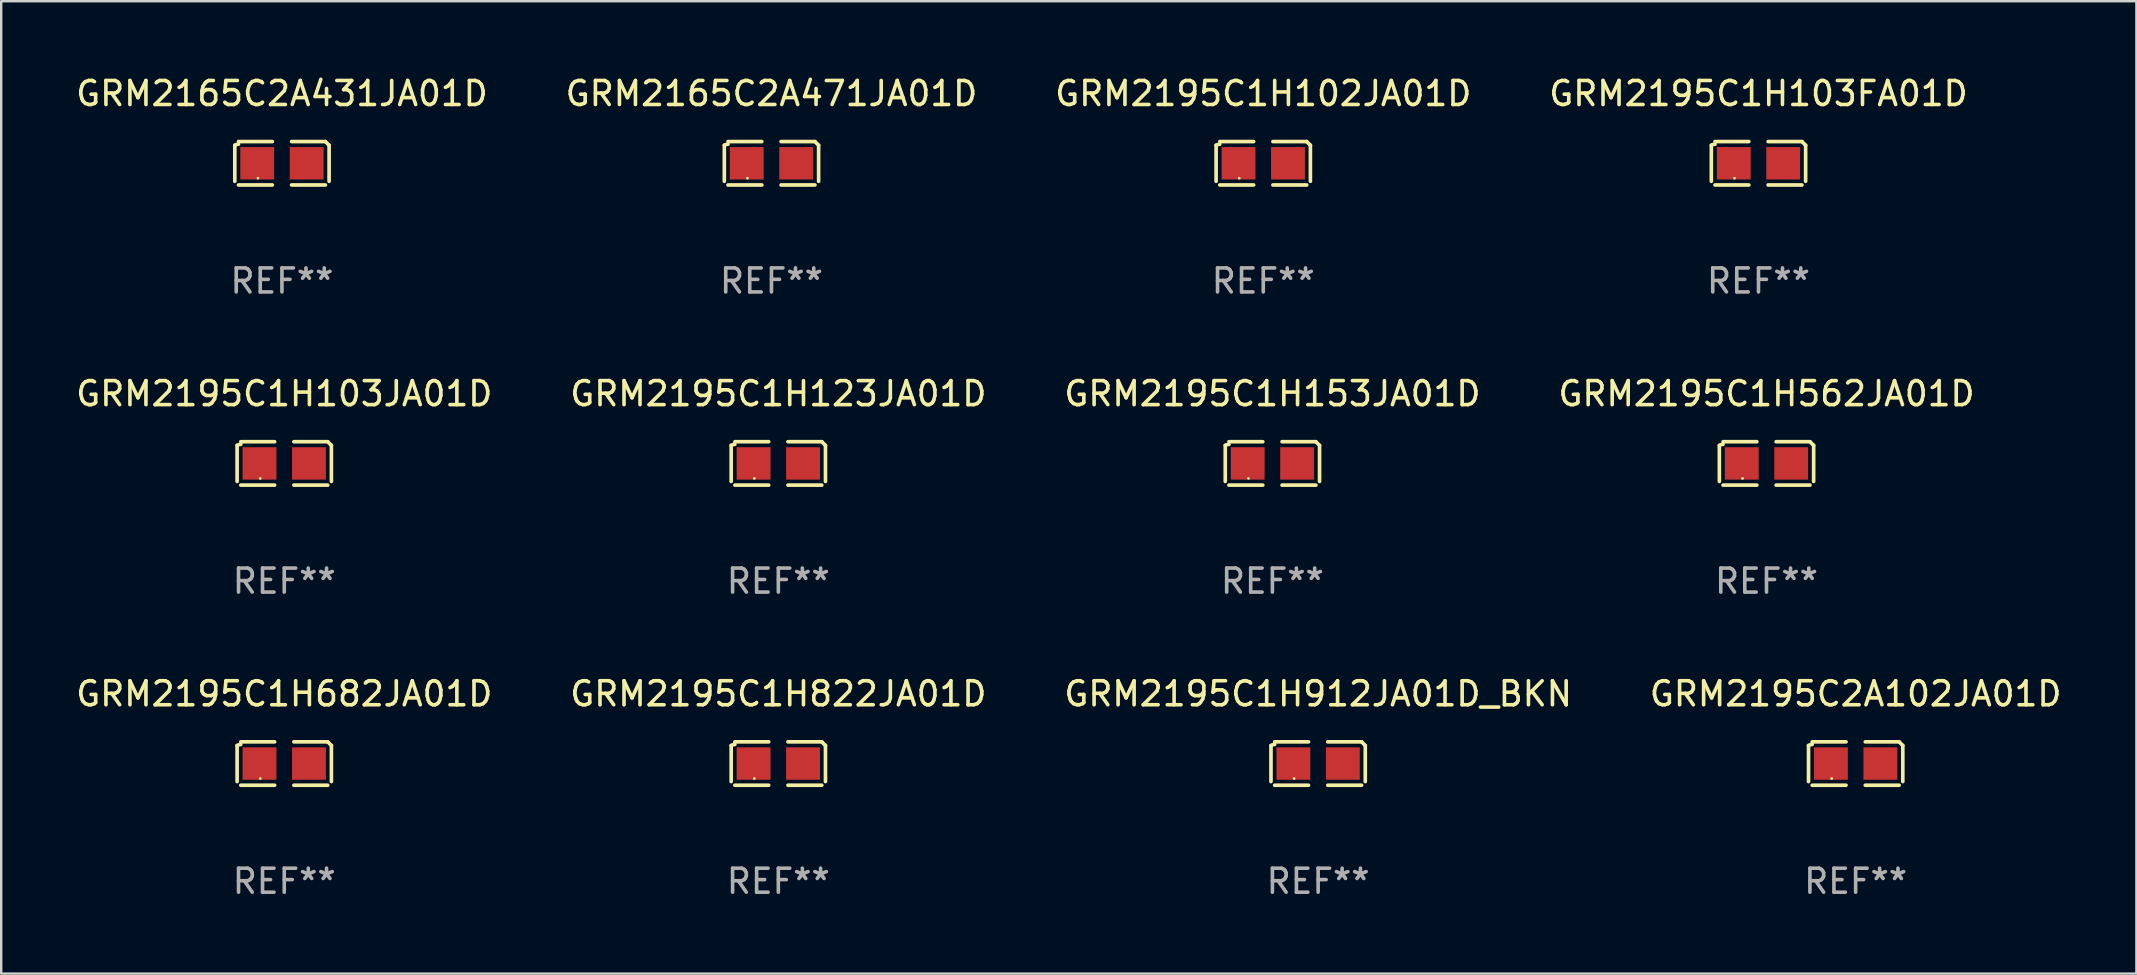
<source format=kicad_pcb>
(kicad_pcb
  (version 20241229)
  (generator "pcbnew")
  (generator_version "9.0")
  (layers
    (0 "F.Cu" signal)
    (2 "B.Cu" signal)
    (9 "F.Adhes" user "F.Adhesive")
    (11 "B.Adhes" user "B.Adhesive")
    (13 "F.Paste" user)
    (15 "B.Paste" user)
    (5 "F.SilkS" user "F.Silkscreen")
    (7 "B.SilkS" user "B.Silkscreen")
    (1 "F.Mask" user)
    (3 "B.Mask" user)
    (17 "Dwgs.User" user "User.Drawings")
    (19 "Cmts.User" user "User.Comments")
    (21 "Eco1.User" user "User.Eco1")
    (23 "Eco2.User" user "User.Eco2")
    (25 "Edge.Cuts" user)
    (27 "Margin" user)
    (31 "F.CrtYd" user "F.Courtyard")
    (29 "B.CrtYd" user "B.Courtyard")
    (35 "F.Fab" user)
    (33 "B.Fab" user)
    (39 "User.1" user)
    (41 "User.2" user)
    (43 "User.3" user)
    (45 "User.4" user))
  (footprint "GRM2195C1H103FA01D"
    (layer "F.Cu")
    (at 70.208 3.752)
    (property "Reference" "GRM2195C1H103FA01D" (at 0 -2.904 0) (layer "F.SilkS") (effects (font (size 1 1) (thickness 0.15))))
    (attr through_hole)
    (fp_line (start -1.964 0.751) (end -1.964 -0.751) (stroke (width 0.152) (type solid)) (layer "F.SilkS"))
    (fp_line (start -1.811 -0.904) (end -0.401 -0.904) (stroke (width 0.152) (type solid)) (layer "F.SilkS"))
    (fp_line (start -0.401 0.904) (end -1.811 0.904) (stroke (width 0.152) (type solid)) (layer "F.SilkS"))
    (fp_line (start 0.401 0.904) (end 1.811 0.904) (stroke (width 0.152) (type solid)) (layer "F.SilkS"))
    (fp_line (start 1.811 -0.904) (end 0.401 -0.904) (stroke (width 0.152) (type solid)) (layer "F.SilkS"))
    (fp_line (start 1.964 0.751) (end 1.964 -0.751) (stroke (width 0.152) (type solid)) (layer "F.SilkS"))
    (fp_arc (start -1.963602 -0.751207) (mid -1.890354 -0.783131) (end -1.811201 -0.794044) (stroke (width 0.1524) (type solid)) (layer "F.SilkS"))
    (fp_arc (start 1.811202 -0.903607) (mid 1.887413 -0.827418) (end 1.963602 -0.751207) (stroke (width 0.1524) (type solid)) (layer "F.SilkS"))
    (fp_circle (center -1 0.625) (end -0.97 0.625) (stroke (width 0.06) (type solid)) (fill no) (layer "F.SilkS"))
    (fp_text user "REF**" (at 0 4.904 0) (layer "F.Fab") (effects (font (size 1 1) (thickness 0.15))))
    (pad "1" smd rect (at -1.03 0) (size 1.41 1.35) (layers "F.Cu" "F.Mask" "F.Paste"))
    (pad "2" smd rect (at 1.03 0) (size 1.41 1.35) (layers "F.Cu" "F.Mask" "F.Paste")))
  (footprint "GRM2195C1H562JA01D"
    (layer "F.Cu")
    (at 70.542 16.256)
    (property "Reference" "GRM2195C1H562JA01D" (at 0 -2.904 0) (layer "F.SilkS") (effects (font (size 1 1) (thickness 0.15))))
    (attr through_hole)
    (fp_line (start -1.964 0.751) (end -1.964 -0.751) (stroke (width 0.152) (type solid)) (layer "F.SilkS"))
    (fp_line (start -1.811 -0.904) (end -0.401 -0.904) (stroke (width 0.152) (type solid)) (layer "F.SilkS"))
    (fp_line (start -0.401 0.904) (end -1.811 0.904) (stroke (width 0.152) (type solid)) (layer "F.SilkS"))
    (fp_line (start 0.401 0.904) (end 1.811 0.904) (stroke (width 0.152) (type solid)) (layer "F.SilkS"))
    (fp_line (start 1.811 -0.904) (end 0.401 -0.904) (stroke (width 0.152) (type solid)) (layer "F.SilkS"))
    (fp_line (start 1.964 0.751) (end 1.964 -0.751) (stroke (width 0.152) (type solid)) (layer "F.SilkS"))
    (fp_arc (start -1.963602 -0.751207) (mid -1.890354 -0.783131) (end -1.811201 -0.794044) (stroke (width 0.1524) (type solid)) (layer "F.SilkS"))
    (fp_arc (start 1.811202 -0.903607) (mid 1.887413 -0.827418) (end 1.963602 -0.751207) (stroke (width 0.1524) (type solid)) (layer "F.SilkS"))
    (fp_circle (center -1 0.625) (end -0.97 0.625) (stroke (width 0.06) (type solid)) (fill no) (layer "F.SilkS"))
    (fp_text user "REF**" (at 0 4.904 0) (layer "F.Fab") (effects (font (size 1 1) (thickness 0.15))))
    (pad "1" smd rect (at -1.03 0) (size 1.41 1.35) (layers "F.Cu" "F.Mask" "F.Paste"))
    (pad "2" smd rect (at 1.03 0) (size 1.41 1.35) (layers "F.Cu" "F.Mask" "F.Paste")))
  (footprint "GRM2195C1H822JA01D"
    (layer "F.Cu")
    (at 29.375 28.759)
    (property "Reference" "GRM2195C1H822JA01D" (at 0 -2.904 0) (layer "F.SilkS") (effects (font (size 1 1) (thickness 0.15))))
    (attr through_hole)
    (fp_line (start -1.964 0.751) (end -1.964 -0.751) (stroke (width 0.152) (type solid)) (layer "F.SilkS"))
    (fp_line (start -1.811 -0.904) (end -0.401 -0.904) (stroke (width 0.152) (type solid)) (layer "F.SilkS"))
    (fp_line (start -0.401 0.904) (end -1.811 0.904) (stroke (width 0.152) (type solid)) (layer "F.SilkS"))
    (fp_line (start 0.401 0.904) (end 1.811 0.904) (stroke (width 0.152) (type solid)) (layer "F.SilkS"))
    (fp_line (start 1.811 -0.904) (end 0.401 -0.904) (stroke (width 0.152) (type solid)) (layer "F.SilkS"))
    (fp_line (start 1.964 0.751) (end 1.964 -0.751) (stroke (width 0.152) (type solid)) (layer "F.SilkS"))
    (fp_arc (start -1.963602 -0.751207) (mid -1.890354 -0.783131) (end -1.811201 -0.794044) (stroke (width 0.1524) (type solid)) (layer "F.SilkS"))
    (fp_arc (start 1.811202 -0.903607) (mid 1.887413 -0.827418) (end 1.963602 -0.751207) (stroke (width 0.1524) (type solid)) (layer "F.SilkS"))
    (fp_circle (center -1 0.625) (end -0.97 0.625) (stroke (width 0.06) (type solid)) (fill no) (layer "F.SilkS"))
    (fp_text user "REF**" (at 0 4.904 0) (layer "F.Fab") (effects (font (size 1 1) (thickness 0.15))))
    (pad "1" smd rect (at -1.03 0) (size 1.41 1.35) (layers "F.Cu" "F.Mask" "F.Paste"))
    (pad "2" smd rect (at 1.03 0) (size 1.41 1.35) (layers "F.Cu" "F.Mask" "F.Paste")))
  (footprint "GRM2195C1H103JA01D"
    (layer "F.Cu")
    (at 8.792 16.256)
    (property "Reference" "GRM2195C1H103JA01D" (at 0 -2.904 0) (layer "F.SilkS") (effects (font (size 1 1) (thickness 0.15))))
    (attr through_hole)
    (fp_line (start -1.964 0.751) (end -1.964 -0.751) (stroke (width 0.152) (type solid)) (layer "F.SilkS"))
    (fp_line (start -1.811 -0.904) (end -0.401 -0.904) (stroke (width 0.152) (type solid)) (layer "F.SilkS"))
    (fp_line (start -0.401 0.904) (end -1.811 0.904) (stroke (width 0.152) (type solid)) (layer "F.SilkS"))
    (fp_line (start 0.401 0.904) (end 1.811 0.904) (stroke (width 0.152) (type solid)) (layer "F.SilkS"))
    (fp_line (start 1.811 -0.904) (end 0.401 -0.904) (stroke (width 0.152) (type solid)) (layer "F.SilkS"))
    (fp_line (start 1.964 0.751) (end 1.964 -0.751) (stroke (width 0.152) (type solid)) (layer "F.SilkS"))
    (fp_arc (start -1.963602 -0.751207) (mid -1.890354 -0.783131) (end -1.811201 -0.794044) (stroke (width 0.1524) (type solid)) (layer "F.SilkS"))
    (fp_arc (start 1.811202 -0.903607) (mid 1.887413 -0.827418) (end 1.963602 -0.751207) (stroke (width 0.1524) (type solid)) (layer "F.SilkS"))
    (fp_circle (center -1 0.625) (end -0.97 0.625) (stroke (width 0.06) (type solid)) (fill no) (layer "F.SilkS"))
    (fp_text user "REF**" (at 0 4.904 0) (layer "F.Fab") (effects (font (size 1 1) (thickness 0.15))))
    (pad "1" smd rect (at -1.03 0) (size 1.41 1.35) (layers "F.Cu" "F.Mask" "F.Paste"))
    (pad "2" smd rect (at 1.03 0) (size 1.41 1.35) (layers "F.Cu" "F.Mask" "F.Paste")))
  (footprint "GRM2195C1H123JA01D"
    (layer "F.Cu")
    (at 29.375 16.256)
    (property "Reference" "GRM2195C1H123JA01D" (at 0 -2.904 0) (layer "F.SilkS") (effects (font (size 1 1) (thickness 0.15))))
    (attr through_hole)
    (fp_line (start -1.964 0.751) (end -1.964 -0.751) (stroke (width 0.152) (type solid)) (layer "F.SilkS"))
    (fp_line (start -1.811 -0.904) (end -0.401 -0.904) (stroke (width 0.152) (type solid)) (layer "F.SilkS"))
    (fp_line (start -0.401 0.904) (end -1.811 0.904) (stroke (width 0.152) (type solid)) (layer "F.SilkS"))
    (fp_line (start 0.401 0.904) (end 1.811 0.904) (stroke (width 0.152) (type solid)) (layer "F.SilkS"))
    (fp_line (start 1.811 -0.904) (end 0.401 -0.904) (stroke (width 0.152) (type solid)) (layer "F.SilkS"))
    (fp_line (start 1.964 0.751) (end 1.964 -0.751) (stroke (width 0.152) (type solid)) (layer "F.SilkS"))
    (fp_arc (start -1.963602 -0.751207) (mid -1.890354 -0.783131) (end -1.811201 -0.794044) (stroke (width 0.1524) (type solid)) (layer "F.SilkS"))
    (fp_arc (start 1.811202 -0.903607) (mid 1.887413 -0.827418) (end 1.963602 -0.751207) (stroke (width 0.1524) (type solid)) (layer "F.SilkS"))
    (fp_circle (center -1 0.625) (end -0.97 0.625) (stroke (width 0.06) (type solid)) (fill no) (layer "F.SilkS"))
    (fp_text user "REF**" (at 0 4.904 0) (layer "F.Fab") (effects (font (size 1 1) (thickness 0.15))))
    (pad "1" smd rect (at -1.03 0) (size 1.41 1.35) (layers "F.Cu" "F.Mask" "F.Paste"))
    (pad "2" smd rect (at 1.03 0) (size 1.41 1.35) (layers "F.Cu" "F.Mask" "F.Paste")))
  (footprint "GRM2195C1H153JA01D"
    (layer "F.Cu")
    (at 49.958 16.256)
    (property "Reference" "GRM2195C1H153JA01D" (at 0 -2.904 0) (layer "F.SilkS") (effects (font (size 1 1) (thickness 0.15))))
    (attr through_hole)
    (fp_line (start -1.964 0.751) (end -1.964 -0.751) (stroke (width 0.152) (type solid)) (layer "F.SilkS"))
    (fp_line (start -1.811 -0.904) (end -0.401 -0.904) (stroke (width 0.152) (type solid)) (layer "F.SilkS"))
    (fp_line (start -0.401 0.904) (end -1.811 0.904) (stroke (width 0.152) (type solid)) (layer "F.SilkS"))
    (fp_line (start 0.401 0.904) (end 1.811 0.904) (stroke (width 0.152) (type solid)) (layer "F.SilkS"))
    (fp_line (start 1.811 -0.904) (end 0.401 -0.904) (stroke (width 0.152) (type solid)) (layer "F.SilkS"))
    (fp_line (start 1.964 0.751) (end 1.964 -0.751) (stroke (width 0.152) (type solid)) (layer "F.SilkS"))
    (fp_arc (start -1.963602 -0.751207) (mid -1.890354 -0.783131) (end -1.811201 -0.794044) (stroke (width 0.1524) (type solid)) (layer "F.SilkS"))
    (fp_arc (start 1.811202 -0.903607) (mid 1.887413 -0.827418) (end 1.963602 -0.751207) (stroke (width 0.1524) (type solid)) (layer "F.SilkS"))
    (fp_circle (center -1 0.625) (end -0.97 0.625) (stroke (width 0.06) (type solid)) (fill no) (layer "F.SilkS"))
    (fp_text user "REF**" (at 0 4.904 0) (layer "F.Fab") (effects (font (size 1 1) (thickness 0.15))))
    (pad "1" smd rect (at -1.03 0) (size 1.41 1.35) (layers "F.Cu" "F.Mask" "F.Paste"))
    (pad "2" smd rect (at 1.03 0) (size 1.41 1.35) (layers "F.Cu" "F.Mask" "F.Paste")))
  (footprint "GRM2195C1H102JA01D"
    (layer "F.Cu")
    (at 49.577 3.752)
    (property "Reference" "GRM2195C1H102JA01D" (at 0 -2.904 0) (layer "F.SilkS") (effects (font (size 1 1) (thickness 0.15))))
    (attr through_hole)
    (fp_line (start -1.964 0.751) (end -1.964 -0.751) (stroke (width 0.152) (type solid)) (layer "F.SilkS"))
    (fp_line (start -1.811 -0.904) (end -0.401 -0.904) (stroke (width 0.152) (type solid)) (layer "F.SilkS"))
    (fp_line (start -0.401 0.904) (end -1.811 0.904) (stroke (width 0.152) (type solid)) (layer "F.SilkS"))
    (fp_line (start 0.401 0.904) (end 1.811 0.904) (stroke (width 0.152) (type solid)) (layer "F.SilkS"))
    (fp_line (start 1.811 -0.904) (end 0.401 -0.904) (stroke (width 0.152) (type solid)) (layer "F.SilkS"))
    (fp_line (start 1.964 0.751) (end 1.964 -0.751) (stroke (width 0.152) (type solid)) (layer "F.SilkS"))
    (fp_arc (start -1.963602 -0.751207) (mid -1.890354 -0.783131) (end -1.811201 -0.794044) (stroke (width 0.1524) (type solid)) (layer "F.SilkS"))
    (fp_arc (start 1.811202 -0.903607) (mid 1.887413 -0.827418) (end 1.963602 -0.751207) (stroke (width 0.1524) (type solid)) (layer "F.SilkS"))
    (fp_circle (center -1 0.625) (end -0.97 0.625) (stroke (width 0.06) (type solid)) (fill no) (layer "F.SilkS"))
    (fp_text user "REF**" (at 0 4.904 0) (layer "F.Fab") (effects (font (size 1 1) (thickness 0.15))))
    (pad "1" smd rect (at -1.03 0) (size 1.41 1.35) (layers "F.Cu" "F.Mask" "F.Paste"))
    (pad "2" smd rect (at 1.03 0) (size 1.41 1.35) (layers "F.Cu" "F.Mask" "F.Paste")))
  (footprint "GRM2165C2A471JA01D"
    (layer "F.Cu")
    (at 29.089 3.752)
    (property "Reference" "GRM2165C2A471JA01D" (at 0 -2.904 0) (layer "F.SilkS") (effects (font (size 1 1) (thickness 0.15))))
    (attr through_hole)
    (fp_line (start -1.964 0.751) (end -1.964 -0.751) (stroke (width 0.152) (type solid)) (layer "F.SilkS"))
    (fp_line (start -1.811 -0.904) (end -0.401 -0.904) (stroke (width 0.152) (type solid)) (layer "F.SilkS"))
    (fp_line (start -0.401 0.904) (end -1.811 0.904) (stroke (width 0.152) (type solid)) (layer "F.SilkS"))
    (fp_line (start 0.401 0.904) (end 1.811 0.904) (stroke (width 0.152) (type solid)) (layer "F.SilkS"))
    (fp_line (start 1.811 -0.904) (end 0.401 -0.904) (stroke (width 0.152) (type solid)) (layer "F.SilkS"))
    (fp_line (start 1.964 0.751) (end 1.964 -0.751) (stroke (width 0.152) (type solid)) (layer "F.SilkS"))
    (fp_arc (start -1.963602 -0.751207) (mid -1.890354 -0.783131) (end -1.811201 -0.794044) (stroke (width 0.1524) (type solid)) (layer "F.SilkS"))
    (fp_arc (start 1.811202 -0.903607) (mid 1.887413 -0.827418) (end 1.963602 -0.751207) (stroke (width 0.1524) (type solid)) (layer "F.SilkS"))
    (fp_circle (center -1 0.625) (end -0.97 0.625) (stroke (width 0.06) (type solid)) (fill no) (layer "F.SilkS"))
    (fp_text user "REF**" (at 0 4.904 0) (layer "F.Fab") (effects (font (size 1 1) (thickness 0.15))))
    (pad "1" smd rect (at -1.03 0) (size 1.41 1.35) (layers "F.Cu" "F.Mask" "F.Paste"))
    (pad "2" smd rect (at 1.03 0) (size 1.41 1.35) (layers "F.Cu" "F.Mask" "F.Paste")))
  (footprint "GRM2195C1H682JA01D"
    (layer "F.Cu")
    (at 8.792 28.759)
    (property "Reference" "GRM2195C1H682JA01D" (at 0 -2.904 0) (layer "F.SilkS") (effects (font (size 1 1) (thickness 0.15))))
    (attr through_hole)
    (fp_line (start -1.964 0.751) (end -1.964 -0.751) (stroke (width 0.152) (type solid)) (layer "F.SilkS"))
    (fp_line (start -1.811 -0.904) (end -0.401 -0.904) (stroke (width 0.152) (type solid)) (layer "F.SilkS"))
    (fp_line (start -0.401 0.904) (end -1.811 0.904) (stroke (width 0.152) (type solid)) (layer "F.SilkS"))
    (fp_line (start 0.401 0.904) (end 1.811 0.904) (stroke (width 0.152) (type solid)) (layer "F.SilkS"))
    (fp_line (start 1.811 -0.904) (end 0.401 -0.904) (stroke (width 0.152) (type solid)) (layer "F.SilkS"))
    (fp_line (start 1.964 0.751) (end 1.964 -0.751) (stroke (width 0.152) (type solid)) (layer "F.SilkS"))
    (fp_arc (start -1.963602 -0.751207) (mid -1.890354 -0.783131) (end -1.811201 -0.794044) (stroke (width 0.1524) (type solid)) (layer "F.SilkS"))
    (fp_arc (start 1.811202 -0.903607) (mid 1.887413 -0.827418) (end 1.963602 -0.751207) (stroke (width 0.1524) (type solid)) (layer "F.SilkS"))
    (fp_circle (center -1 0.625) (end -0.97 0.625) (stroke (width 0.06) (type solid)) (fill no) (layer "F.SilkS"))
    (fp_text user "REF**" (at 0 4.904 0) (layer "F.Fab") (effects (font (size 1 1) (thickness 0.15))))
    (pad "1" smd rect (at -1.03 0) (size 1.41 1.35) (layers "F.Cu" "F.Mask" "F.Paste"))
    (pad "2" smd rect (at 1.03 0) (size 1.41 1.35) (layers "F.Cu" "F.Mask" "F.Paste")))
  (footprint "GRM2195C2A102JA01D"
    (layer "F.Cu")
    (at 74.256 28.759)
    (property "Reference" "GRM2195C2A102JA01D" (at 0 -2.904 0) (layer "F.SilkS") (effects (font (size 1 1) (thickness 0.15))))
    (attr through_hole)
    (fp_line (start -1.964 0.751) (end -1.964 -0.751) (stroke (width 0.152) (type solid)) (layer "F.SilkS"))
    (fp_line (start -1.811 -0.904) (end -0.401 -0.904) (stroke (width 0.152) (type solid)) (layer "F.SilkS"))
    (fp_line (start -0.401 0.904) (end -1.811 0.904) (stroke (width 0.152) (type solid)) (layer "F.SilkS"))
    (fp_line (start 0.401 0.904) (end 1.811 0.904) (stroke (width 0.152) (type solid)) (layer "F.SilkS"))
    (fp_line (start 1.811 -0.904) (end 0.401 -0.904) (stroke (width 0.152) (type solid)) (layer "F.SilkS"))
    (fp_line (start 1.964 0.751) (end 1.964 -0.751) (stroke (width 0.152) (type solid)) (layer "F.SilkS"))
    (fp_arc (start -1.963602 -0.751207) (mid -1.890354 -0.783131) (end -1.811201 -0.794044) (stroke (width 0.1524) (type solid)) (layer "F.SilkS"))
    (fp_arc (start 1.811202 -0.903607) (mid 1.887413 -0.827418) (end 1.963602 -0.751207) (stroke (width 0.1524) (type solid)) (layer "F.SilkS"))
    (fp_circle (center -1 0.625) (end -0.97 0.625) (stroke (width 0.06) (type solid)) (fill no) (layer "F.SilkS"))
    (fp_text user "REF**" (at 0 4.904 0) (layer "F.Fab") (effects (font (size 1 1) (thickness 0.15))))
    (pad "1" smd rect (at -1.03 0) (size 1.41 1.35) (layers "F.Cu" "F.Mask" "F.Paste"))
    (pad "2" smd rect (at 1.03 0) (size 1.41 1.35) (layers "F.Cu" "F.Mask" "F.Paste")))
  (footprint "GRM2165C2A431JA01D"
    (layer "F.Cu")
    (at 8.696 3.752)
    (property "Reference" "GRM2165C2A431JA01D" (at 0 -2.904 0) (layer "F.SilkS") (effects (font (size 1 1) (thickness 0.15))))
    (attr through_hole)
    (fp_line (start -1.964 0.751) (end -1.964 -0.751) (stroke (width 0.152) (type solid)) (layer "F.SilkS"))
    (fp_line (start -1.811 -0.904) (end -0.401 -0.904) (stroke (width 0.152) (type solid)) (layer "F.SilkS"))
    (fp_line (start -0.401 0.904) (end -1.811 0.904) (stroke (width 0.152) (type solid)) (layer "F.SilkS"))
    (fp_line (start 0.401 0.904) (end 1.811 0.904) (stroke (width 0.152) (type solid)) (layer "F.SilkS"))
    (fp_line (start 1.811 -0.904) (end 0.401 -0.904) (stroke (width 0.152) (type solid)) (layer "F.SilkS"))
    (fp_line (start 1.964 0.751) (end 1.964 -0.751) (stroke (width 0.152) (type solid)) (layer "F.SilkS"))
    (fp_arc (start -1.963602 -0.751207) (mid -1.890354 -0.783131) (end -1.811201 -0.794044) (stroke (width 0.1524) (type solid)) (layer "F.SilkS"))
    (fp_arc (start 1.811202 -0.903607) (mid 1.887413 -0.827418) (end 1.963602 -0.751207) (stroke (width 0.1524) (type solid)) (layer "F.SilkS"))
    (fp_circle (center -1 0.625) (end -0.97 0.625) (stroke (width 0.06) (type solid)) (fill no) (layer "F.SilkS"))
    (fp_text user "REF**" (at 0 4.904 0) (layer "F.Fab") (effects (font (size 1 1) (thickness 0.15))))
    (pad "1" smd rect (at -1.03 0) (size 1.41 1.35) (layers "F.Cu" "F.Mask" "F.Paste"))
    (pad "2" smd rect (at 1.03 0) (size 1.41 1.35) (layers "F.Cu" "F.Mask" "F.Paste")))
  (footprint "GRM2195C1H912JA01D_BKN"
    (layer "F.Cu")
    (at 51.863 28.759)
    (property "Reference" "GRM2195C1H912JA01D_BKN" (at 0 -2.904 0) (layer "F.SilkS") (effects (font (size 1 1) (thickness 0.15))))
    (attr through_hole)
    (fp_line (start -1.964 0.751) (end -1.964 -0.751) (stroke (width 0.152) (type solid)) (layer "F.SilkS"))
    (fp_line (start -1.811 -0.904) (end -0.401 -0.904) (stroke (width 0.152) (type solid)) (layer "F.SilkS"))
    (fp_line (start -0.401 0.904) (end -1.811 0.904) (stroke (width 0.152) (type solid)) (layer "F.SilkS"))
    (fp_line (start 0.401 0.904) (end 1.811 0.904) (stroke (width 0.152) (type solid)) (layer "F.SilkS"))
    (fp_line (start 1.811 -0.904) (end 0.401 -0.904) (stroke (width 0.152) (type solid)) (layer "F.SilkS"))
    (fp_line (start 1.964 0.751) (end 1.964 -0.751) (stroke (width 0.152) (type solid)) (layer "F.SilkS"))
    (fp_arc (start -1.963602 -0.751207) (mid -1.890354 -0.783131) (end -1.811201 -0.794044) (stroke (width 0.1524) (type solid)) (layer "F.SilkS"))
    (fp_arc (start 1.811202 -0.903607) (mid 1.887413 -0.827418) (end 1.963602 -0.751207) (stroke (width 0.1524) (type solid)) (layer "F.SilkS"))
    (fp_circle (center -1 0.625) (end -0.97 0.625) (stroke (width 0.06) (type solid)) (fill no) (layer "F.SilkS"))
    (fp_text user "REF**" (at 0 4.904 0) (layer "F.Fab") (effects (font (size 1 1) (thickness 0.15))))
    (pad "1" smd rect (at -1.03 0) (size 1.41 1.35) (layers "F.Cu" "F.Mask" "F.Paste"))
    (pad "2" smd rect (at 1.03 0) (size 1.41 1.35) (layers "F.Cu" "F.Mask" "F.Paste")))
  (gr_rect
    (start -3 -3)
    (end 85.952 37.511)
    (stroke (width 0.1) (type default))
    (fill no)
    (layer "Edge.Cuts")))
</source>
